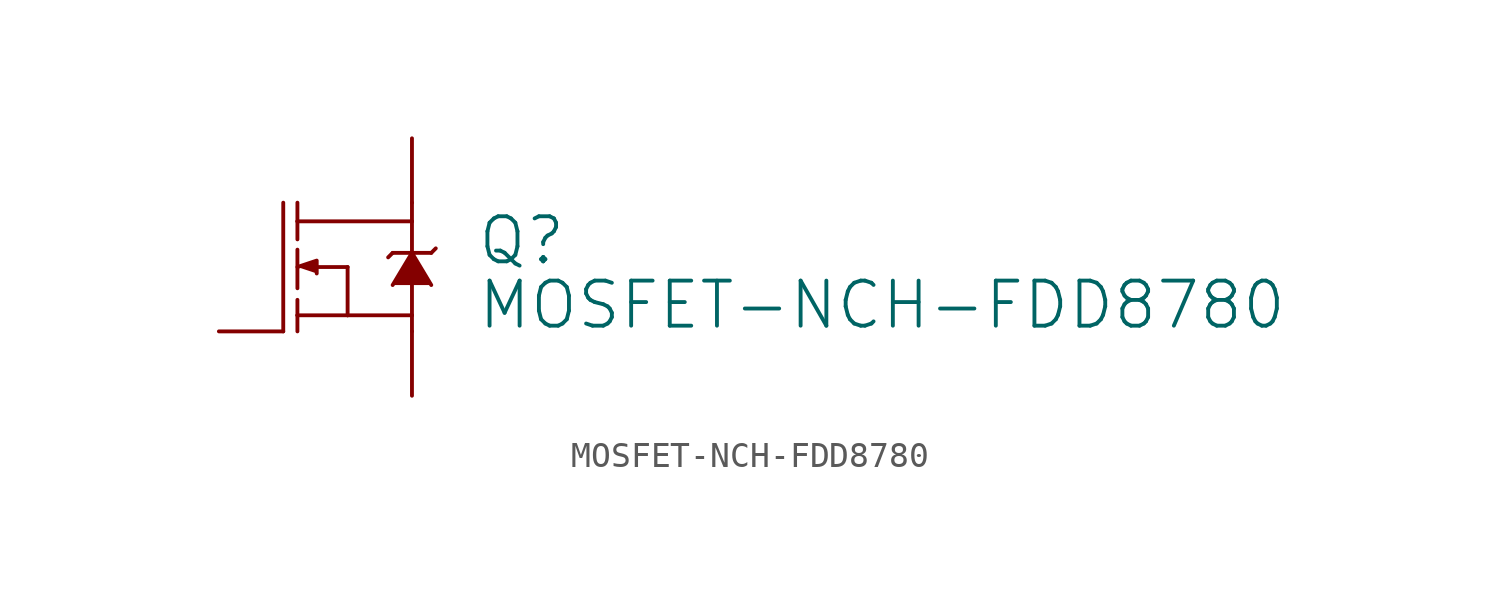
<source format=kicad_sym>
(kicad_symbol_lib
  (version 20211014)
  (generator kicad_symbol_editor)
  (symbol "MOSFET-NCH-FDD8780"
    (pin_names
      (offset 1.016))
    (property "Reference" "Q"
      (at 5.08 0 0)
      (effects (font (size 1.778 1.778)) (justify left bottom)))
    (property "Value" "MOSFET-NCH-FDD8780"
      (at 5.08 -2.54 0)
      (effects (font (size 1.778 1.778)) (justify left bottom)))
    (property "ki_locked" ""
      (at 0 0 0)
      (effects (font (size 1.27 1.27))))
    (symbol "MOSFET-NCH-FDD8780_1_0"
      (polyline (pts (xy -2.54 -2.54) (xy -2.54 2.54)) (stroke (width 0) (type default) (color 0 0 0 0)) (fill (type none)))
      (polyline (pts (xy -1.981 -1.905) (xy -1.981 -2.54)) (stroke (width 0) (type default) (color 0 0 0 0)) (fill (type none)))
      (polyline (pts (xy -1.981 -1.905) (xy 0 -1.905)) (stroke (width 0) (type default) (color 0 0 0 0)) (fill (type none)))
      (polyline (pts (xy -1.981 -1.295) (xy -1.981 -1.905)) (stroke (width 0) (type default) (color 0 0 0 0)) (fill (type none)))
      (polyline (pts (xy -1.981 0.686) (xy -1.981 -0.838)) (stroke (width 0) (type default) (color 0 0 0 0)) (fill (type none)))
      (polyline (pts (xy -1.981 1.803) (xy -1.981 1.092)) (stroke (width 0) (type default) (color 0 0 0 0)) (fill (type none)))
      (polyline (pts (xy -1.981 1.803) (xy 2.54 1.803)) (stroke (width 0) (type default) (color 0 0 0 0)) (fill (type none)))
      (polyline (pts (xy -1.981 2.54) (xy -1.981 1.803)) (stroke (width 0) (type default) (color 0 0 0 0)) (fill (type none)))
      (polyline (pts (xy 0 -1.905) (xy 0 0)) (stroke (width 0) (type default) (color 0 0 0 0)) (fill (type none)))
      (polyline (pts (xy 0 0) (xy -1.219 0)) (stroke (width 0) (type default) (color 0 0 0 0)) (fill (type none)))
      (polyline (pts (xy 1.6 0.381) (xy 1.778 0.559)) (stroke (width 0) (type default) (color 0 0 0 0)) (fill (type none)))
      (polyline (pts (xy 2.54 -2.54) (xy 2.54 -1.905)) (stroke (width 0) (type default) (color 0 0 0 0)) (fill (type none)))
      (polyline (pts (xy 2.54 -1.905) (xy 0 -1.905)) (stroke (width 0) (type default) (color 0 0 0 0)) (fill (type none)))
      (polyline (pts (xy 2.54 -0.711) (xy 2.54 -1.905)) (stroke (width 0) (type default) (color 0 0 0 0)) (fill (type none)))
      (polyline (pts (xy 2.54 0.559) (xy 1.778 0.559)) (stroke (width 0) (type default) (color 0 0 0 0)) (fill (type none)))
      (polyline (pts (xy 2.54 0.559) (xy 3.302 0.559)) (stroke (width 0) (type default) (color 0 0 0 0)) (fill (type none)))
      (polyline (pts (xy 2.54 1.803) (xy 2.54 0.559)) (stroke (width 0) (type default) (color 0 0 0 0)) (fill (type none)))
      (polyline (pts (xy 2.54 2.54) (xy 2.54 1.803)) (stroke (width 0) (type default) (color 0 0 0 0)) (fill (type none)))
      (polyline (pts (xy 3.302 0.559) (xy 3.48 0.737)) (stroke (width 0) (type default) (color 0 0 0 0)) (fill (type none)))
      (polyline (pts (xy -1.981 0) (xy -1.219 0.254) (xy -1.219 -0.254)) (stroke (width 0) (type default) (color 0 0 0 0)) (fill (type outline)))
      (polyline (pts (xy 1.778 -0.711) (xy 2.54 0.559) (xy 3.302 -0.711)) (stroke (width 0) (type default) (color 0 0 0 0)) (fill (type outline)))
      (pin bidirectional line (at -5.08 -2.54 0) (length 2.54) (name "G" (effects (font (size 0 0)))) (number "1" (effects (font (size 0 0)))))
      (pin bidirectional line (at 2.54 -5.08 90) (length 2.54) (name "S" (effects (font (size 0 0)))) (number "3" (effects (font (size 0 0)))))
      (pin bidirectional line (at 2.54 5.08 270) (length 2.54) (name "D" (effects (font (size 0 0)))) (number "4" (effects (font (size 0 0))))))))
</source>
